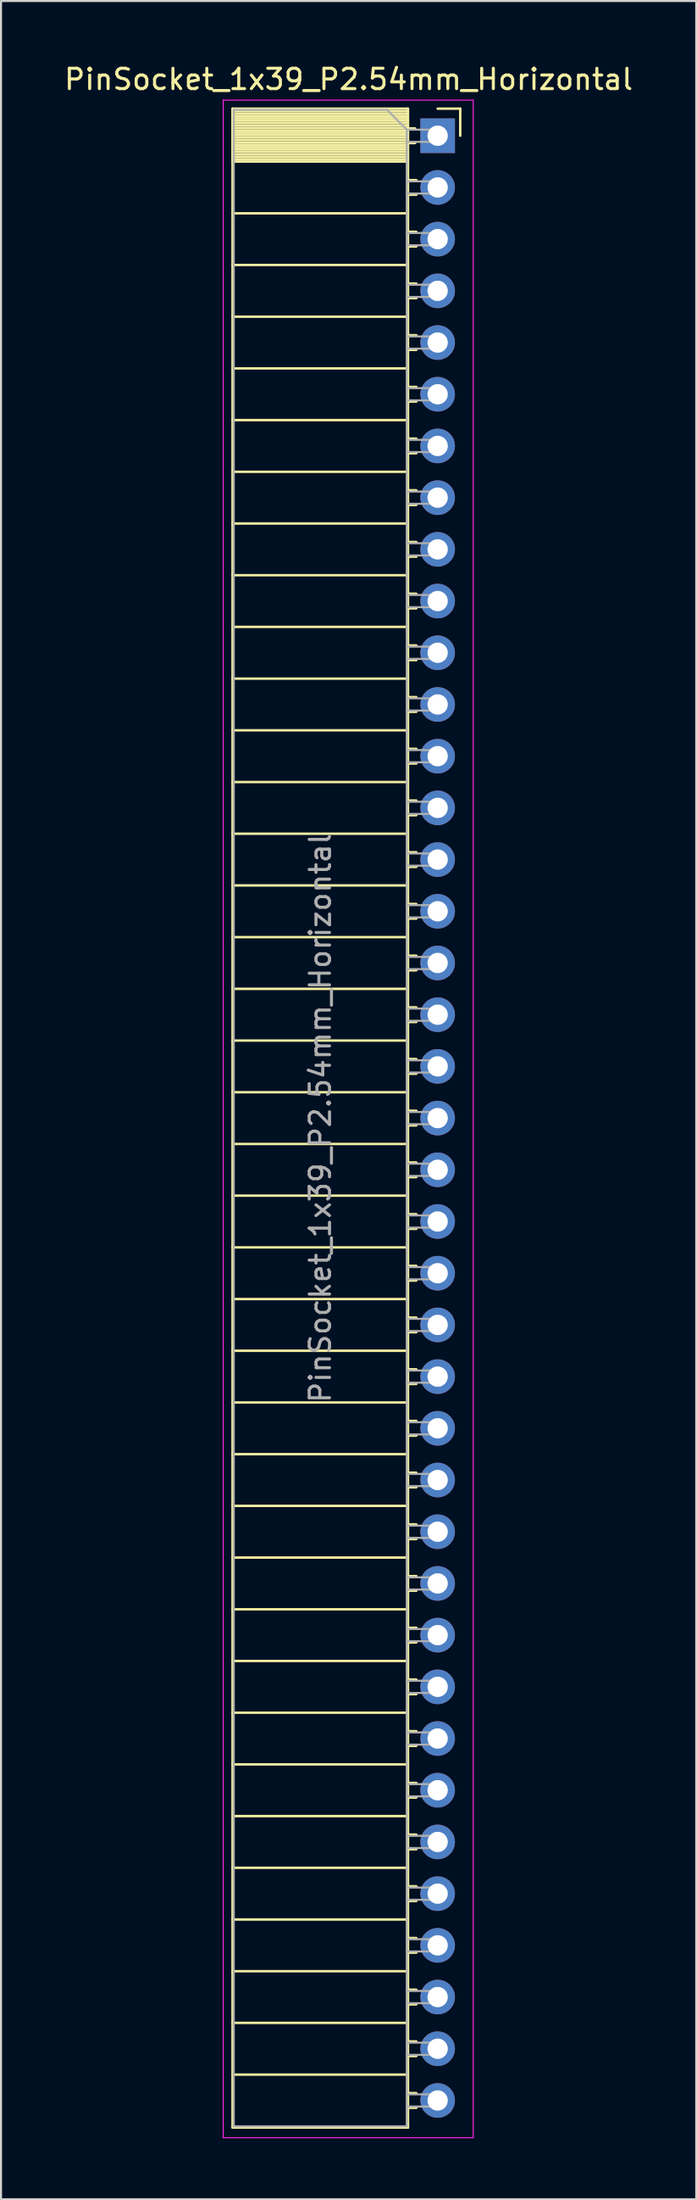
<source format=kicad_pcb>
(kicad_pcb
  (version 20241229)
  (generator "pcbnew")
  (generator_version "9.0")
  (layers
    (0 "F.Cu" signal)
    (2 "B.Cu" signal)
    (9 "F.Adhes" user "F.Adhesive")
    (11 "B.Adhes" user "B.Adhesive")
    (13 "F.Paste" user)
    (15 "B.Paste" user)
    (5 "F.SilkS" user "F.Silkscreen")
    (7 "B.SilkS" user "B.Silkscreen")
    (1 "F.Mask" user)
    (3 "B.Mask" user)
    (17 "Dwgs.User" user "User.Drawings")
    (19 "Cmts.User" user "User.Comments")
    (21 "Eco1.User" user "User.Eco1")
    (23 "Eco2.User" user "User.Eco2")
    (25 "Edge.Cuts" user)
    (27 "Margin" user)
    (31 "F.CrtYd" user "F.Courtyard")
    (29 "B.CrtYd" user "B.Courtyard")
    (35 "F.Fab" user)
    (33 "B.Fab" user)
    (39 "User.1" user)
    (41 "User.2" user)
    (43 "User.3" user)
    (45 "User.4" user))
  (footprint "PinSocket_1x39_P2.54mm_Horizontal"
    (layer "F.Cu")
    (at 18.481 3.618)
    (property "Reference" "PinSocket_1x39_P2.54mm_Horizontal" (at -4.38 -2.77 0) (layer "F.SilkS") (effects (font (size 1 1) (thickness 0.15))))
    (attr through_hole)
    (fp_line (start -10.09 -1.33) (end -10.09 97.85) (stroke (width 0.12) (type solid)) (layer "F.SilkS"))
    (fp_line (start -10.09 -1.33) (end -1.46 -1.33) (stroke (width 0.12) (type solid)) (layer "F.SilkS"))
    (fp_line (start -10.09 -1.21) (end -1.46 -1.21) (stroke (width 0.12) (type solid)) (layer "F.SilkS"))
    (fp_line (start -10.09 -1.092) (end -1.46 -1.092) (stroke (width 0.12) (type solid)) (layer "F.SilkS"))
    (fp_line (start -10.09 -0.974) (end -1.46 -0.974) (stroke (width 0.12) (type solid)) (layer "F.SilkS"))
    (fp_line (start -10.09 -0.856) (end -1.46 -0.856) (stroke (width 0.12) (type solid)) (layer "F.SilkS"))
    (fp_line (start -10.09 -0.738) (end -1.46 -0.738) (stroke (width 0.12) (type solid)) (layer "F.SilkS"))
    (fp_line (start -10.09 -0.62) (end -1.46 -0.62) (stroke (width 0.12) (type solid)) (layer "F.SilkS"))
    (fp_line (start -10.09 -0.501) (end -1.46 -0.501) (stroke (width 0.12) (type solid)) (layer "F.SilkS"))
    (fp_line (start -10.09 -0.383) (end -1.46 -0.383) (stroke (width 0.12) (type solid)) (layer "F.SilkS"))
    (fp_line (start -10.09 -0.265) (end -1.46 -0.265) (stroke (width 0.12) (type solid)) (layer "F.SilkS"))
    (fp_line (start -10.09 -0.147) (end -1.46 -0.147) (stroke (width 0.12) (type solid)) (layer "F.SilkS"))
    (fp_line (start -10.09 -0.029) (end -1.46 -0.029) (stroke (width 0.12) (type solid)) (layer "F.SilkS"))
    (fp_line (start -10.09 0.089) (end -1.46 0.089) (stroke (width 0.12) (type solid)) (layer "F.SilkS"))
    (fp_line (start -10.09 0.207) (end -1.46 0.207) (stroke (width 0.12) (type solid)) (layer "F.SilkS"))
    (fp_line (start -10.09 0.325) (end -1.46 0.325) (stroke (width 0.12) (type solid)) (layer "F.SilkS"))
    (fp_line (start -10.09 0.443) (end -1.46 0.443) (stroke (width 0.12) (type solid)) (layer "F.SilkS"))
    (fp_line (start -10.09 0.561) (end -1.46 0.561) (stroke (width 0.12) (type solid)) (layer "F.SilkS"))
    (fp_line (start -10.09 0.68) (end -1.46 0.68) (stroke (width 0.12) (type solid)) (layer "F.SilkS"))
    (fp_line (start -10.09 0.798) (end -1.46 0.798) (stroke (width 0.12) (type solid)) (layer "F.SilkS"))
    (fp_line (start -10.09 0.916) (end -1.46 0.916) (stroke (width 0.12) (type solid)) (layer "F.SilkS"))
    (fp_line (start -10.09 1.034) (end -1.46 1.034) (stroke (width 0.12) (type solid)) (layer "F.SilkS"))
    (fp_line (start -10.09 1.152) (end -1.46 1.152) (stroke (width 0.12) (type solid)) (layer "F.SilkS"))
    (fp_line (start -10.09 1.27) (end -1.46 1.27) (stroke (width 0.12) (type solid)) (layer "F.SilkS"))
    (fp_line (start -10.09 3.81) (end -1.46 3.81) (stroke (width 0.12) (type solid)) (layer "F.SilkS"))
    (fp_line (start -10.09 6.35) (end -1.46 6.35) (stroke (width 0.12) (type solid)) (layer "F.SilkS"))
    (fp_line (start -10.09 8.89) (end -1.46 8.89) (stroke (width 0.12) (type solid)) (layer "F.SilkS"))
    (fp_line (start -10.09 11.43) (end -1.46 11.43) (stroke (width 0.12) (type solid)) (layer "F.SilkS"))
    (fp_line (start -10.09 13.97) (end -1.46 13.97) (stroke (width 0.12) (type solid)) (layer "F.SilkS"))
    (fp_line (start -10.09 16.51) (end -1.46 16.51) (stroke (width 0.12) (type solid)) (layer "F.SilkS"))
    (fp_line (start -10.09 19.05) (end -1.46 19.05) (stroke (width 0.12) (type solid)) (layer "F.SilkS"))
    (fp_line (start -10.09 21.59) (end -1.46 21.59) (stroke (width 0.12) (type solid)) (layer "F.SilkS"))
    (fp_line (start -10.09 24.13) (end -1.46 24.13) (stroke (width 0.12) (type solid)) (layer "F.SilkS"))
    (fp_line (start -10.09 26.67) (end -1.46 26.67) (stroke (width 0.12) (type solid)) (layer "F.SilkS"))
    (fp_line (start -10.09 29.21) (end -1.46 29.21) (stroke (width 0.12) (type solid)) (layer "F.SilkS"))
    (fp_line (start -10.09 31.75) (end -1.46 31.75) (stroke (width 0.12) (type solid)) (layer "F.SilkS"))
    (fp_line (start -10.09 34.29) (end -1.46 34.29) (stroke (width 0.12) (type solid)) (layer "F.SilkS"))
    (fp_line (start -10.09 36.83) (end -1.46 36.83) (stroke (width 0.12) (type solid)) (layer "F.SilkS"))
    (fp_line (start -10.09 39.37) (end -1.46 39.37) (stroke (width 0.12) (type solid)) (layer "F.SilkS"))
    (fp_line (start -10.09 41.91) (end -1.46 41.91) (stroke (width 0.12) (type solid)) (layer "F.SilkS"))
    (fp_line (start -10.09 44.45) (end -1.46 44.45) (stroke (width 0.12) (type solid)) (layer "F.SilkS"))
    (fp_line (start -10.09 46.99) (end -1.46 46.99) (stroke (width 0.12) (type solid)) (layer "F.SilkS"))
    (fp_line (start -10.09 49.53) (end -1.46 49.53) (stroke (width 0.12) (type solid)) (layer "F.SilkS"))
    (fp_line (start -10.09 52.07) (end -1.46 52.07) (stroke (width 0.12) (type solid)) (layer "F.SilkS"))
    (fp_line (start -10.09 54.61) (end -1.46 54.61) (stroke (width 0.12) (type solid)) (layer "F.SilkS"))
    (fp_line (start -10.09 57.15) (end -1.46 57.15) (stroke (width 0.12) (type solid)) (layer "F.SilkS"))
    (fp_line (start -10.09 59.69) (end -1.46 59.69) (stroke (width 0.12) (type solid)) (layer "F.SilkS"))
    (fp_line (start -10.09 62.23) (end -1.46 62.23) (stroke (width 0.12) (type solid)) (layer "F.SilkS"))
    (fp_line (start -10.09 64.77) (end -1.46 64.77) (stroke (width 0.12) (type solid)) (layer "F.SilkS"))
    (fp_line (start -10.09 67.31) (end -1.46 67.31) (stroke (width 0.12) (type solid)) (layer "F.SilkS"))
    (fp_line (start -10.09 69.85) (end -1.46 69.85) (stroke (width 0.12) (type solid)) (layer "F.SilkS"))
    (fp_line (start -10.09 72.39) (end -1.46 72.39) (stroke (width 0.12) (type solid)) (layer "F.SilkS"))
    (fp_line (start -10.09 74.93) (end -1.46 74.93) (stroke (width 0.12) (type solid)) (layer "F.SilkS"))
    (fp_line (start -10.09 77.47) (end -1.46 77.47) (stroke (width 0.12) (type solid)) (layer "F.SilkS"))
    (fp_line (start -10.09 80.01) (end -1.46 80.01) (stroke (width 0.12) (type solid)) (layer "F.SilkS"))
    (fp_line (start -10.09 82.55) (end -1.46 82.55) (stroke (width 0.12) (type solid)) (layer "F.SilkS"))
    (fp_line (start -10.09 85.09) (end -1.46 85.09) (stroke (width 0.12) (type solid)) (layer "F.SilkS"))
    (fp_line (start -10.09 87.63) (end -1.46 87.63) (stroke (width 0.12) (type solid)) (layer "F.SilkS"))
    (fp_line (start -10.09 90.17) (end -1.46 90.17) (stroke (width 0.12) (type solid)) (layer "F.SilkS"))
    (fp_line (start -10.09 92.71) (end -1.46 92.71) (stroke (width 0.12) (type solid)) (layer "F.SilkS"))
    (fp_line (start -10.09 95.25) (end -1.46 95.25) (stroke (width 0.12) (type solid)) (layer "F.SilkS"))
    (fp_line (start -10.09 97.85) (end -1.46 97.85) (stroke (width 0.12) (type solid)) (layer "F.SilkS"))
    (fp_line (start -1.46 -1.33) (end -1.46 97.85) (stroke (width 0.12) (type solid)) (layer "F.SilkS"))
    (fp_line (start -1.46 -0.36) (end -1.11 -0.36) (stroke (width 0.12) (type solid)) (layer "F.SilkS"))
    (fp_line (start -1.46 0.36) (end -1.11 0.36) (stroke (width 0.12) (type solid)) (layer "F.SilkS"))
    (fp_line (start -1.46 2.18) (end -1.05 2.18) (stroke (width 0.12) (type solid)) (layer "F.SilkS"))
    (fp_line (start -1.46 2.9) (end -1.05 2.9) (stroke (width 0.12) (type solid)) (layer "F.SilkS"))
    (fp_line (start -1.46 4.72) (end -1.05 4.72) (stroke (width 0.12) (type solid)) (layer "F.SilkS"))
    (fp_line (start -1.46 5.44) (end -1.05 5.44) (stroke (width 0.12) (type solid)) (layer "F.SilkS"))
    (fp_line (start -1.46 7.26) (end -1.05 7.26) (stroke (width 0.12) (type solid)) (layer "F.SilkS"))
    (fp_line (start -1.46 7.98) (end -1.05 7.98) (stroke (width 0.12) (type solid)) (layer "F.SilkS"))
    (fp_line (start -1.46 9.8) (end -1.05 9.8) (stroke (width 0.12) (type solid)) (layer "F.SilkS"))
    (fp_line (start -1.46 10.52) (end -1.05 10.52) (stroke (width 0.12) (type solid)) (layer "F.SilkS"))
    (fp_line (start -1.46 12.34) (end -1.05 12.34) (stroke (width 0.12) (type solid)) (layer "F.SilkS"))
    (fp_line (start -1.46 13.06) (end -1.05 13.06) (stroke (width 0.12) (type solid)) (layer "F.SilkS"))
    (fp_line (start -1.46 14.88) (end -1.05 14.88) (stroke (width 0.12) (type solid)) (layer "F.SilkS"))
    (fp_line (start -1.46 15.6) (end -1.05 15.6) (stroke (width 0.12) (type solid)) (layer "F.SilkS"))
    (fp_line (start -1.46 17.42) (end -1.05 17.42) (stroke (width 0.12) (type solid)) (layer "F.SilkS"))
    (fp_line (start -1.46 18.14) (end -1.05 18.14) (stroke (width 0.12) (type solid)) (layer "F.SilkS"))
    (fp_line (start -1.46 19.96) (end -1.05 19.96) (stroke (width 0.12) (type solid)) (layer "F.SilkS"))
    (fp_line (start -1.46 20.68) (end -1.05 20.68) (stroke (width 0.12) (type solid)) (layer "F.SilkS"))
    (fp_line (start -1.46 22.5) (end -1.05 22.5) (stroke (width 0.12) (type solid)) (layer "F.SilkS"))
    (fp_line (start -1.46 23.22) (end -1.05 23.22) (stroke (width 0.12) (type solid)) (layer "F.SilkS"))
    (fp_line (start -1.46 25.04) (end -1.05 25.04) (stroke (width 0.12) (type solid)) (layer "F.SilkS"))
    (fp_line (start -1.46 25.76) (end -1.05 25.76) (stroke (width 0.12) (type solid)) (layer "F.SilkS"))
    (fp_line (start -1.46 27.58) (end -1.05 27.58) (stroke (width 0.12) (type solid)) (layer "F.SilkS"))
    (fp_line (start -1.46 28.3) (end -1.05 28.3) (stroke (width 0.12) (type solid)) (layer "F.SilkS"))
    (fp_line (start -1.46 30.12) (end -1.05 30.12) (stroke (width 0.12) (type solid)) (layer "F.SilkS"))
    (fp_line (start -1.46 30.84) (end -1.05 30.84) (stroke (width 0.12) (type solid)) (layer "F.SilkS"))
    (fp_line (start -1.46 32.66) (end -1.05 32.66) (stroke (width 0.12) (type solid)) (layer "F.SilkS"))
    (fp_line (start -1.46 33.38) (end -1.05 33.38) (stroke (width 0.12) (type solid)) (layer "F.SilkS"))
    (fp_line (start -1.46 35.2) (end -1.05 35.2) (stroke (width 0.12) (type solid)) (layer "F.SilkS"))
    (fp_line (start -1.46 35.92) (end -1.05 35.92) (stroke (width 0.12) (type solid)) (layer "F.SilkS"))
    (fp_line (start -1.46 37.74) (end -1.05 37.74) (stroke (width 0.12) (type solid)) (layer "F.SilkS"))
    (fp_line (start -1.46 38.46) (end -1.05 38.46) (stroke (width 0.12) (type solid)) (layer "F.SilkS"))
    (fp_line (start -1.46 40.28) (end -1.05 40.28) (stroke (width 0.12) (type solid)) (layer "F.SilkS"))
    (fp_line (start -1.46 41) (end -1.05 41) (stroke (width 0.12) (type solid)) (layer "F.SilkS"))
    (fp_line (start -1.46 42.82) (end -1.05 42.82) (stroke (width 0.12) (type solid)) (layer "F.SilkS"))
    (fp_line (start -1.46 43.54) (end -1.05 43.54) (stroke (width 0.12) (type solid)) (layer "F.SilkS"))
    (fp_line (start -1.46 45.36) (end -1.05 45.36) (stroke (width 0.12) (type solid)) (layer "F.SilkS"))
    (fp_line (start -1.46 46.08) (end -1.05 46.08) (stroke (width 0.12) (type solid)) (layer "F.SilkS"))
    (fp_line (start -1.46 47.9) (end -1.05 47.9) (stroke (width 0.12) (type solid)) (layer "F.SilkS"))
    (fp_line (start -1.46 48.62) (end -1.05 48.62) (stroke (width 0.12) (type solid)) (layer "F.SilkS"))
    (fp_line (start -1.46 50.44) (end -1.05 50.44) (stroke (width 0.12) (type solid)) (layer "F.SilkS"))
    (fp_line (start -1.46 51.16) (end -1.05 51.16) (stroke (width 0.12) (type solid)) (layer "F.SilkS"))
    (fp_line (start -1.46 52.98) (end -1.05 52.98) (stroke (width 0.12) (type solid)) (layer "F.SilkS"))
    (fp_line (start -1.46 53.7) (end -1.05 53.7) (stroke (width 0.12) (type solid)) (layer "F.SilkS"))
    (fp_line (start -1.46 55.52) (end -1.05 55.52) (stroke (width 0.12) (type solid)) (layer "F.SilkS"))
    (fp_line (start -1.46 56.24) (end -1.05 56.24) (stroke (width 0.12) (type solid)) (layer "F.SilkS"))
    (fp_line (start -1.46 58.06) (end -1.05 58.06) (stroke (width 0.12) (type solid)) (layer "F.SilkS"))
    (fp_line (start -1.46 58.78) (end -1.05 58.78) (stroke (width 0.12) (type solid)) (layer "F.SilkS"))
    (fp_line (start -1.46 60.6) (end -1.05 60.6) (stroke (width 0.12) (type solid)) (layer "F.SilkS"))
    (fp_line (start -1.46 61.32) (end -1.05 61.32) (stroke (width 0.12) (type solid)) (layer "F.SilkS"))
    (fp_line (start -1.46 63.14) (end -1.05 63.14) (stroke (width 0.12) (type solid)) (layer "F.SilkS"))
    (fp_line (start -1.46 63.86) (end -1.05 63.86) (stroke (width 0.12) (type solid)) (layer "F.SilkS"))
    (fp_line (start -1.46 65.68) (end -1.05 65.68) (stroke (width 0.12) (type solid)) (layer "F.SilkS"))
    (fp_line (start -1.46 66.4) (end -1.05 66.4) (stroke (width 0.12) (type solid)) (layer "F.SilkS"))
    (fp_line (start -1.46 68.22) (end -1.05 68.22) (stroke (width 0.12) (type solid)) (layer "F.SilkS"))
    (fp_line (start -1.46 68.94) (end -1.05 68.94) (stroke (width 0.12) (type solid)) (layer "F.SilkS"))
    (fp_line (start -1.46 70.76) (end -1.05 70.76) (stroke (width 0.12) (type solid)) (layer "F.SilkS"))
    (fp_line (start -1.46 71.48) (end -1.05 71.48) (stroke (width 0.12) (type solid)) (layer "F.SilkS"))
    (fp_line (start -1.46 73.3) (end -1.05 73.3) (stroke (width 0.12) (type solid)) (layer "F.SilkS"))
    (fp_line (start -1.46 74.02) (end -1.05 74.02) (stroke (width 0.12) (type solid)) (layer "F.SilkS"))
    (fp_line (start -1.46 75.84) (end -1.05 75.84) (stroke (width 0.12) (type solid)) (layer "F.SilkS"))
    (fp_line (start -1.46 76.56) (end -1.05 76.56) (stroke (width 0.12) (type solid)) (layer "F.SilkS"))
    (fp_line (start -1.46 78.38) (end -1.05 78.38) (stroke (width 0.12) (type solid)) (layer "F.SilkS"))
    (fp_line (start -1.46 79.1) (end -1.05 79.1) (stroke (width 0.12) (type solid)) (layer "F.SilkS"))
    (fp_line (start -1.46 80.92) (end -1.05 80.92) (stroke (width 0.12) (type solid)) (layer "F.SilkS"))
    (fp_line (start -1.46 81.64) (end -1.05 81.64) (stroke (width 0.12) (type solid)) (layer "F.SilkS"))
    (fp_line (start -1.46 83.46) (end -1.05 83.46) (stroke (width 0.12) (type solid)) (layer "F.SilkS"))
    (fp_line (start -1.46 84.18) (end -1.05 84.18) (stroke (width 0.12) (type solid)) (layer "F.SilkS"))
    (fp_line (start -1.46 86) (end -1.05 86) (stroke (width 0.12) (type solid)) (layer "F.SilkS"))
    (fp_line (start -1.46 86.72) (end -1.05 86.72) (stroke (width 0.12) (type solid)) (layer "F.SilkS"))
    (fp_line (start -1.46 88.54) (end -1.05 88.54) (stroke (width 0.12) (type solid)) (layer "F.SilkS"))
    (fp_line (start -1.46 89.26) (end -1.05 89.26) (stroke (width 0.12) (type solid)) (layer "F.SilkS"))
    (fp_line (start -1.46 91.08) (end -1.05 91.08) (stroke (width 0.12) (type solid)) (layer "F.SilkS"))
    (fp_line (start -1.46 91.8) (end -1.05 91.8) (stroke (width 0.12) (type solid)) (layer "F.SilkS"))
    (fp_line (start -1.46 93.62) (end -1.05 93.62) (stroke (width 0.12) (type solid)) (layer "F.SilkS"))
    (fp_line (start -1.46 94.34) (end -1.05 94.34) (stroke (width 0.12) (type solid)) (layer "F.SilkS"))
    (fp_line (start -1.46 96.16) (end -1.05 96.16) (stroke (width 0.12) (type solid)) (layer "F.SilkS"))
    (fp_line (start -1.46 96.88) (end -1.05 96.88) (stroke (width 0.12) (type solid)) (layer "F.SilkS"))
    (fp_line (start 0 -1.33) (end 1.11 -1.33) (stroke (width 0.12) (type solid)) (layer "F.SilkS"))
    (fp_line (start 1.11 -1.33) (end 1.11 0) (stroke (width 0.12) (type solid)) (layer "F.SilkS"))
    (fp_line (start -10.55 -1.75) (end -10.55 98.35) (stroke (width 0.05) (type solid)) (layer "F.CrtYd"))
    (fp_line (start -10.55 98.35) (end 1.75 98.35) (stroke (width 0.05) (type solid)) (layer "F.CrtYd"))
    (fp_line (start 1.75 -1.75) (end -10.55 -1.75) (stroke (width 0.05) (type solid)) (layer "F.CrtYd"))
    (fp_line (start 1.75 98.35) (end 1.75 -1.75) (stroke (width 0.05) (type solid)) (layer "F.CrtYd"))
    (fp_line (start -10.03 -1.27) (end -2.49 -1.27) (stroke (width 0.1) (type solid)) (layer "F.Fab"))
    (fp_line (start -10.03 97.79) (end -10.03 -1.27) (stroke (width 0.1) (type solid)) (layer "F.Fab"))
    (fp_line (start -2.49 -1.27) (end -1.52 -0.3) (stroke (width 0.1) (type solid)) (layer "F.Fab"))
    (fp_line (start -1.52 -0.3) (end -1.52 97.79) (stroke (width 0.1) (type solid)) (layer "F.Fab"))
    (fp_line (start -1.52 0.3) (end 0 0.3) (stroke (width 0.1) (type solid)) (layer "F.Fab"))
    (fp_line (start -1.52 2.84) (end 0 2.84) (stroke (width 0.1) (type solid)) (layer "F.Fab"))
    (fp_line (start -1.52 5.38) (end 0 5.38) (stroke (width 0.1) (type solid)) (layer "F.Fab"))
    (fp_line (start -1.52 7.92) (end 0 7.92) (stroke (width 0.1) (type solid)) (layer "F.Fab"))
    (fp_line (start -1.52 10.46) (end 0 10.46) (stroke (width 0.1) (type solid)) (layer "F.Fab"))
    (fp_line (start -1.52 13) (end 0 13) (stroke (width 0.1) (type solid)) (layer "F.Fab"))
    (fp_line (start -1.52 15.54) (end 0 15.54) (stroke (width 0.1) (type solid)) (layer "F.Fab"))
    (fp_line (start -1.52 18.08) (end 0 18.08) (stroke (width 0.1) (type solid)) (layer "F.Fab"))
    (fp_line (start -1.52 20.62) (end 0 20.62) (stroke (width 0.1) (type solid)) (layer "F.Fab"))
    (fp_line (start -1.52 23.16) (end 0 23.16) (stroke (width 0.1) (type solid)) (layer "F.Fab"))
    (fp_line (start -1.52 25.7) (end 0 25.7) (stroke (width 0.1) (type solid)) (layer "F.Fab"))
    (fp_line (start -1.52 28.24) (end 0 28.24) (stroke (width 0.1) (type solid)) (layer "F.Fab"))
    (fp_line (start -1.52 30.78) (end 0 30.78) (stroke (width 0.1) (type solid)) (layer "F.Fab"))
    (fp_line (start -1.52 33.32) (end 0 33.32) (stroke (width 0.1) (type solid)) (layer "F.Fab"))
    (fp_line (start -1.52 35.86) (end 0 35.86) (stroke (width 0.1) (type solid)) (layer "F.Fab"))
    (fp_line (start -1.52 38.4) (end 0 38.4) (stroke (width 0.1) (type solid)) (layer "F.Fab"))
    (fp_line (start -1.52 40.94) (end 0 40.94) (stroke (width 0.1) (type solid)) (layer "F.Fab"))
    (fp_line (start -1.52 43.48) (end 0 43.48) (stroke (width 0.1) (type solid)) (layer "F.Fab"))
    (fp_line (start -1.52 46.02) (end 0 46.02) (stroke (width 0.1) (type solid)) (layer "F.Fab"))
    (fp_line (start -1.52 48.56) (end 0 48.56) (stroke (width 0.1) (type solid)) (layer "F.Fab"))
    (fp_line (start -1.52 51.1) (end 0 51.1) (stroke (width 0.1) (type solid)) (layer "F.Fab"))
    (fp_line (start -1.52 53.64) (end 0 53.64) (stroke (width 0.1) (type solid)) (layer "F.Fab"))
    (fp_line (start -1.52 56.18) (end 0 56.18) (stroke (width 0.1) (type solid)) (layer "F.Fab"))
    (fp_line (start -1.52 58.72) (end 0 58.72) (stroke (width 0.1) (type solid)) (layer "F.Fab"))
    (fp_line (start -1.52 61.26) (end 0 61.26) (stroke (width 0.1) (type solid)) (layer "F.Fab"))
    (fp_line (start -1.52 63.8) (end 0 63.8) (stroke (width 0.1) (type solid)) (layer "F.Fab"))
    (fp_line (start -1.52 66.34) (end 0 66.34) (stroke (width 0.1) (type solid)) (layer "F.Fab"))
    (fp_line (start -1.52 68.88) (end 0 68.88) (stroke (width 0.1) (type solid)) (layer "F.Fab"))
    (fp_line (start -1.52 71.42) (end 0 71.42) (stroke (width 0.1) (type solid)) (layer "F.Fab"))
    (fp_line (start -1.52 73.96) (end 0 73.96) (stroke (width 0.1) (type solid)) (layer "F.Fab"))
    (fp_line (start -1.52 76.5) (end 0 76.5) (stroke (width 0.1) (type solid)) (layer "F.Fab"))
    (fp_line (start -1.52 79.04) (end 0 79.04) (stroke (width 0.1) (type solid)) (layer "F.Fab"))
    (fp_line (start -1.52 81.58) (end 0 81.58) (stroke (width 0.1) (type solid)) (layer "F.Fab"))
    (fp_line (start -1.52 84.12) (end 0 84.12) (stroke (width 0.1) (type solid)) (layer "F.Fab"))
    (fp_line (start -1.52 86.66) (end 0 86.66) (stroke (width 0.1) (type solid)) (layer "F.Fab"))
    (fp_line (start -1.52 89.2) (end 0 89.2) (stroke (width 0.1) (type solid)) (layer "F.Fab"))
    (fp_line (start -1.52 91.74) (end 0 91.74) (stroke (width 0.1) (type solid)) (layer "F.Fab"))
    (fp_line (start -1.52 94.28) (end 0 94.28) (stroke (width 0.1) (type solid)) (layer "F.Fab"))
    (fp_line (start -1.52 96.82) (end 0 96.82) (stroke (width 0.1) (type solid)) (layer "F.Fab"))
    (fp_line (start -1.52 97.79) (end -10.03 97.79) (stroke (width 0.1) (type solid)) (layer "F.Fab"))
    (fp_line (start 0 -0.3) (end -1.52 -0.3) (stroke (width 0.1) (type solid)) (layer "F.Fab"))
    (fp_line (start 0 0.3) (end 0 -0.3) (stroke (width 0.1) (type solid)) (layer "F.Fab"))
    (fp_line (start 0 2.24) (end -1.52 2.24) (stroke (width 0.1) (type solid)) (layer "F.Fab"))
    (fp_line (start 0 2.84) (end 0 2.24) (stroke (width 0.1) (type solid)) (layer "F.Fab"))
    (fp_line (start 0 4.78) (end -1.52 4.78) (stroke (width 0.1) (type solid)) (layer "F.Fab"))
    (fp_line (start 0 5.38) (end 0 4.78) (stroke (width 0.1) (type solid)) (layer "F.Fab"))
    (fp_line (start 0 7.32) (end -1.52 7.32) (stroke (width 0.1) (type solid)) (layer "F.Fab"))
    (fp_line (start 0 7.92) (end 0 7.32) (stroke (width 0.1) (type solid)) (layer "F.Fab"))
    (fp_line (start 0 9.86) (end -1.52 9.86) (stroke (width 0.1) (type solid)) (layer "F.Fab"))
    (fp_line (start 0 10.46) (end 0 9.86) (stroke (width 0.1) (type solid)) (layer "F.Fab"))
    (fp_line (start 0 12.4) (end -1.52 12.4) (stroke (width 0.1) (type solid)) (layer "F.Fab"))
    (fp_line (start 0 13) (end 0 12.4) (stroke (width 0.1) (type solid)) (layer "F.Fab"))
    (fp_line (start 0 14.94) (end -1.52 14.94) (stroke (width 0.1) (type solid)) (layer "F.Fab"))
    (fp_line (start 0 15.54) (end 0 14.94) (stroke (width 0.1) (type solid)) (layer "F.Fab"))
    (fp_line (start 0 17.48) (end -1.52 17.48) (stroke (width 0.1) (type solid)) (layer "F.Fab"))
    (fp_line (start 0 18.08) (end 0 17.48) (stroke (width 0.1) (type solid)) (layer "F.Fab"))
    (fp_line (start 0 20.02) (end -1.52 20.02) (stroke (width 0.1) (type solid)) (layer "F.Fab"))
    (fp_line (start 0 20.62) (end 0 20.02) (stroke (width 0.1) (type solid)) (layer "F.Fab"))
    (fp_line (start 0 22.56) (end -1.52 22.56) (stroke (width 0.1) (type solid)) (layer "F.Fab"))
    (fp_line (start 0 23.16) (end 0 22.56) (stroke (width 0.1) (type solid)) (layer "F.Fab"))
    (fp_line (start 0 25.1) (end -1.52 25.1) (stroke (width 0.1) (type solid)) (layer "F.Fab"))
    (fp_line (start 0 25.7) (end 0 25.1) (stroke (width 0.1) (type solid)) (layer "F.Fab"))
    (fp_line (start 0 27.64) (end -1.52 27.64) (stroke (width 0.1) (type solid)) (layer "F.Fab"))
    (fp_line (start 0 28.24) (end 0 27.64) (stroke (width 0.1) (type solid)) (layer "F.Fab"))
    (fp_line (start 0 30.18) (end -1.52 30.18) (stroke (width 0.1) (type solid)) (layer "F.Fab"))
    (fp_line (start 0 30.78) (end 0 30.18) (stroke (width 0.1) (type solid)) (layer "F.Fab"))
    (fp_line (start 0 32.72) (end -1.52 32.72) (stroke (width 0.1) (type solid)) (layer "F.Fab"))
    (fp_line (start 0 33.32) (end 0 32.72) (stroke (width 0.1) (type solid)) (layer "F.Fab"))
    (fp_line (start 0 35.26) (end -1.52 35.26) (stroke (width 0.1) (type solid)) (layer "F.Fab"))
    (fp_line (start 0 35.86) (end 0 35.26) (stroke (width 0.1) (type solid)) (layer "F.Fab"))
    (fp_line (start 0 37.8) (end -1.52 37.8) (stroke (width 0.1) (type solid)) (layer "F.Fab"))
    (fp_line (start 0 38.4) (end 0 37.8) (stroke (width 0.1) (type solid)) (layer "F.Fab"))
    (fp_line (start 0 40.34) (end -1.52 40.34) (stroke (width 0.1) (type solid)) (layer "F.Fab"))
    (fp_line (start 0 40.94) (end 0 40.34) (stroke (width 0.1) (type solid)) (layer "F.Fab"))
    (fp_line (start 0 42.88) (end -1.52 42.88) (stroke (width 0.1) (type solid)) (layer "F.Fab"))
    (fp_line (start 0 43.48) (end 0 42.88) (stroke (width 0.1) (type solid)) (layer "F.Fab"))
    (fp_line (start 0 45.42) (end -1.52 45.42) (stroke (width 0.1) (type solid)) (layer "F.Fab"))
    (fp_line (start 0 46.02) (end 0 45.42) (stroke (width 0.1) (type solid)) (layer "F.Fab"))
    (fp_line (start 0 47.96) (end -1.52 47.96) (stroke (width 0.1) (type solid)) (layer "F.Fab"))
    (fp_line (start 0 48.56) (end 0 47.96) (stroke (width 0.1) (type solid)) (layer "F.Fab"))
    (fp_line (start 0 50.5) (end -1.52 50.5) (stroke (width 0.1) (type solid)) (layer "F.Fab"))
    (fp_line (start 0 51.1) (end 0 50.5) (stroke (width 0.1) (type solid)) (layer "F.Fab"))
    (fp_line (start 0 53.04) (end -1.52 53.04) (stroke (width 0.1) (type solid)) (layer "F.Fab"))
    (fp_line (start 0 53.64) (end 0 53.04) (stroke (width 0.1) (type solid)) (layer "F.Fab"))
    (fp_line (start 0 55.58) (end -1.52 55.58) (stroke (width 0.1) (type solid)) (layer "F.Fab"))
    (fp_line (start 0 56.18) (end 0 55.58) (stroke (width 0.1) (type solid)) (layer "F.Fab"))
    (fp_line (start 0 58.12) (end -1.52 58.12) (stroke (width 0.1) (type solid)) (layer "F.Fab"))
    (fp_line (start 0 58.72) (end 0 58.12) (stroke (width 0.1) (type solid)) (layer "F.Fab"))
    (fp_line (start 0 60.66) (end -1.52 60.66) (stroke (width 0.1) (type solid)) (layer "F.Fab"))
    (fp_line (start 0 61.26) (end 0 60.66) (stroke (width 0.1) (type solid)) (layer "F.Fab"))
    (fp_line (start 0 63.2) (end -1.52 63.2) (stroke (width 0.1) (type solid)) (layer "F.Fab"))
    (fp_line (start 0 63.8) (end 0 63.2) (stroke (width 0.1) (type solid)) (layer "F.Fab"))
    (fp_line (start 0 65.74) (end -1.52 65.74) (stroke (width 0.1) (type solid)) (layer "F.Fab"))
    (fp_line (start 0 66.34) (end 0 65.74) (stroke (width 0.1) (type solid)) (layer "F.Fab"))
    (fp_line (start 0 68.28) (end -1.52 68.28) (stroke (width 0.1) (type solid)) (layer "F.Fab"))
    (fp_line (start 0 68.88) (end 0 68.28) (stroke (width 0.1) (type solid)) (layer "F.Fab"))
    (fp_line (start 0 70.82) (end -1.52 70.82) (stroke (width 0.1) (type solid)) (layer "F.Fab"))
    (fp_line (start 0 71.42) (end 0 70.82) (stroke (width 0.1) (type solid)) (layer "F.Fab"))
    (fp_line (start 0 73.36) (end -1.52 73.36) (stroke (width 0.1) (type solid)) (layer "F.Fab"))
    (fp_line (start 0 73.96) (end 0 73.36) (stroke (width 0.1) (type solid)) (layer "F.Fab"))
    (fp_line (start 0 75.9) (end -1.52 75.9) (stroke (width 0.1) (type solid)) (layer "F.Fab"))
    (fp_line (start 0 76.5) (end 0 75.9) (stroke (width 0.1) (type solid)) (layer "F.Fab"))
    (fp_line (start 0 78.44) (end -1.52 78.44) (stroke (width 0.1) (type solid)) (layer "F.Fab"))
    (fp_line (start 0 79.04) (end 0 78.44) (stroke (width 0.1) (type solid)) (layer "F.Fab"))
    (fp_line (start 0 80.98) (end -1.52 80.98) (stroke (width 0.1) (type solid)) (layer "F.Fab"))
    (fp_line (start 0 81.58) (end 0 80.98) (stroke (width 0.1) (type solid)) (layer "F.Fab"))
    (fp_line (start 0 83.52) (end -1.52 83.52) (stroke (width 0.1) (type solid)) (layer "F.Fab"))
    (fp_line (start 0 84.12) (end 0 83.52) (stroke (width 0.1) (type solid)) (layer "F.Fab"))
    (fp_line (start 0 86.06) (end -1.52 86.06) (stroke (width 0.1) (type solid)) (layer "F.Fab"))
    (fp_line (start 0 86.66) (end 0 86.06) (stroke (width 0.1) (type solid)) (layer "F.Fab"))
    (fp_line (start 0 88.6) (end -1.52 88.6) (stroke (width 0.1) (type solid)) (layer "F.Fab"))
    (fp_line (start 0 89.2) (end 0 88.6) (stroke (width 0.1) (type solid)) (layer "F.Fab"))
    (fp_line (start 0 91.14) (end -1.52 91.14) (stroke (width 0.1) (type solid)) (layer "F.Fab"))
    (fp_line (start 0 91.74) (end 0 91.14) (stroke (width 0.1) (type solid)) (layer "F.Fab"))
    (fp_line (start 0 93.68) (end -1.52 93.68) (stroke (width 0.1) (type solid)) (layer "F.Fab"))
    (fp_line (start 0 94.28) (end 0 93.68) (stroke (width 0.1) (type solid)) (layer "F.Fab"))
    (fp_line (start 0 96.22) (end -1.52 96.22) (stroke (width 0.1) (type solid)) (layer "F.Fab"))
    (fp_line (start 0 96.82) (end 0 96.22) (stroke (width 0.1) (type solid)) (layer "F.Fab"))
    (fp_text user "${REFERENCE}" (at -5.775 48.26 90) (layer "F.Fab") (effects (font (size 1 1) (thickness 0.15))))
    (pad "1" thru_hole rect (at 0 0) (size 1.7 1.7) (drill 1) (layers "*.Cu" "*.Mask"))
    (pad "2" thru_hole circle (at 0 2.54) (size 1.7 1.7) (drill 1) (layers "*.Cu" "*.Mask"))
    (pad "3" thru_hole circle (at 0 5.08) (size 1.7 1.7) (drill 1) (layers "*.Cu" "*.Mask"))
    (pad "4" thru_hole circle (at 0 7.62) (size 1.7 1.7) (drill 1) (layers "*.Cu" "*.Mask"))
    (pad "5" thru_hole circle (at 0 10.16) (size 1.7 1.7) (drill 1) (layers "*.Cu" "*.Mask"))
    (pad "6" thru_hole circle (at 0 12.7) (size 1.7 1.7) (drill 1) (layers "*.Cu" "*.Mask"))
    (pad "7" thru_hole circle (at 0 15.24) (size 1.7 1.7) (drill 1) (layers "*.Cu" "*.Mask"))
    (pad "8" thru_hole circle (at 0 17.78) (size 1.7 1.7) (drill 1) (layers "*.Cu" "*.Mask"))
    (pad "9" thru_hole circle (at 0 20.32) (size 1.7 1.7) (drill 1) (layers "*.Cu" "*.Mask"))
    (pad "10" thru_hole circle (at 0 22.86) (size 1.7 1.7) (drill 1) (layers "*.Cu" "*.Mask"))
    (pad "11" thru_hole circle (at 0 25.4) (size 1.7 1.7) (drill 1) (layers "*.Cu" "*.Mask"))
    (pad "12" thru_hole circle (at 0 27.94) (size 1.7 1.7) (drill 1) (layers "*.Cu" "*.Mask"))
    (pad "13" thru_hole circle (at 0 30.48) (size 1.7 1.7) (drill 1) (layers "*.Cu" "*.Mask"))
    (pad "14" thru_hole circle (at 0 33.02) (size 1.7 1.7) (drill 1) (layers "*.Cu" "*.Mask"))
    (pad "15" thru_hole circle (at 0 35.56) (size 1.7 1.7) (drill 1) (layers "*.Cu" "*.Mask"))
    (pad "16" thru_hole circle (at 0 38.1) (size 1.7 1.7) (drill 1) (layers "*.Cu" "*.Mask"))
    (pad "17" thru_hole circle (at 0 40.64) (size 1.7 1.7) (drill 1) (layers "*.Cu" "*.Mask"))
    (pad "18" thru_hole circle (at 0 43.18) (size 1.7 1.7) (drill 1) (layers "*.Cu" "*.Mask"))
    (pad "19" thru_hole circle (at 0 45.72) (size 1.7 1.7) (drill 1) (layers "*.Cu" "*.Mask"))
    (pad "20" thru_hole circle (at 0 48.26) (size 1.7 1.7) (drill 1) (layers "*.Cu" "*.Mask"))
    (pad "21" thru_hole circle (at 0 50.8) (size 1.7 1.7) (drill 1) (layers "*.Cu" "*.Mask"))
    (pad "22" thru_hole circle (at 0 53.34) (size 1.7 1.7) (drill 1) (layers "*.Cu" "*.Mask"))
    (pad "23" thru_hole circle (at 0 55.88) (size 1.7 1.7) (drill 1) (layers "*.Cu" "*.Mask"))
    (pad "24" thru_hole circle (at 0 58.42) (size 1.7 1.7) (drill 1) (layers "*.Cu" "*.Mask"))
    (pad "25" thru_hole circle (at 0 60.96) (size 1.7 1.7) (drill 1) (layers "*.Cu" "*.Mask"))
    (pad "26" thru_hole circle (at 0 63.5) (size 1.7 1.7) (drill 1) (layers "*.Cu" "*.Mask"))
    (pad "27" thru_hole circle (at 0 66.04) (size 1.7 1.7) (drill 1) (layers "*.Cu" "*.Mask"))
    (pad "28" thru_hole circle (at 0 68.58) (size 1.7 1.7) (drill 1) (layers "*.Cu" "*.Mask"))
    (pad "29" thru_hole circle (at 0 71.12) (size 1.7 1.7) (drill 1) (layers "*.Cu" "*.Mask"))
    (pad "30" thru_hole circle (at 0 73.66) (size 1.7 1.7) (drill 1) (layers "*.Cu" "*.Mask"))
    (pad "31" thru_hole circle (at 0 76.2) (size 1.7 1.7) (drill 1) (layers "*.Cu" "*.Mask"))
    (pad "32" thru_hole circle (at 0 78.74) (size 1.7 1.7) (drill 1) (layers "*.Cu" "*.Mask"))
    (pad "33" thru_hole circle (at 0 81.28) (size 1.7 1.7) (drill 1) (layers "*.Cu" "*.Mask"))
    (pad "34" thru_hole circle (at 0 83.82) (size 1.7 1.7) (drill 1) (layers "*.Cu" "*.Mask"))
    (pad "35" thru_hole circle (at 0 86.36) (size 1.7 1.7) (drill 1) (layers "*.Cu" "*.Mask"))
    (pad "36" thru_hole circle (at 0 88.9) (size 1.7 1.7) (drill 1) (layers "*.Cu" "*.Mask"))
    (pad "37" thru_hole circle (at 0 91.44) (size 1.7 1.7) (drill 1) (layers "*.Cu" "*.Mask"))
    (pad "38" thru_hole circle (at 0 93.98) (size 1.7 1.7) (drill 1) (layers "*.Cu" "*.Mask"))
    (pad "39" thru_hole circle (at 0 96.52) (size 1.7 1.7) (drill 1) (layers "*.Cu" "*.Mask")))
  (gr_rect
    (start -3 -3)
    (end 31.202 104.993)
    (stroke (width 0.1) (type default))
    (fill no)
    (layer "Edge.Cuts")))
</source>
